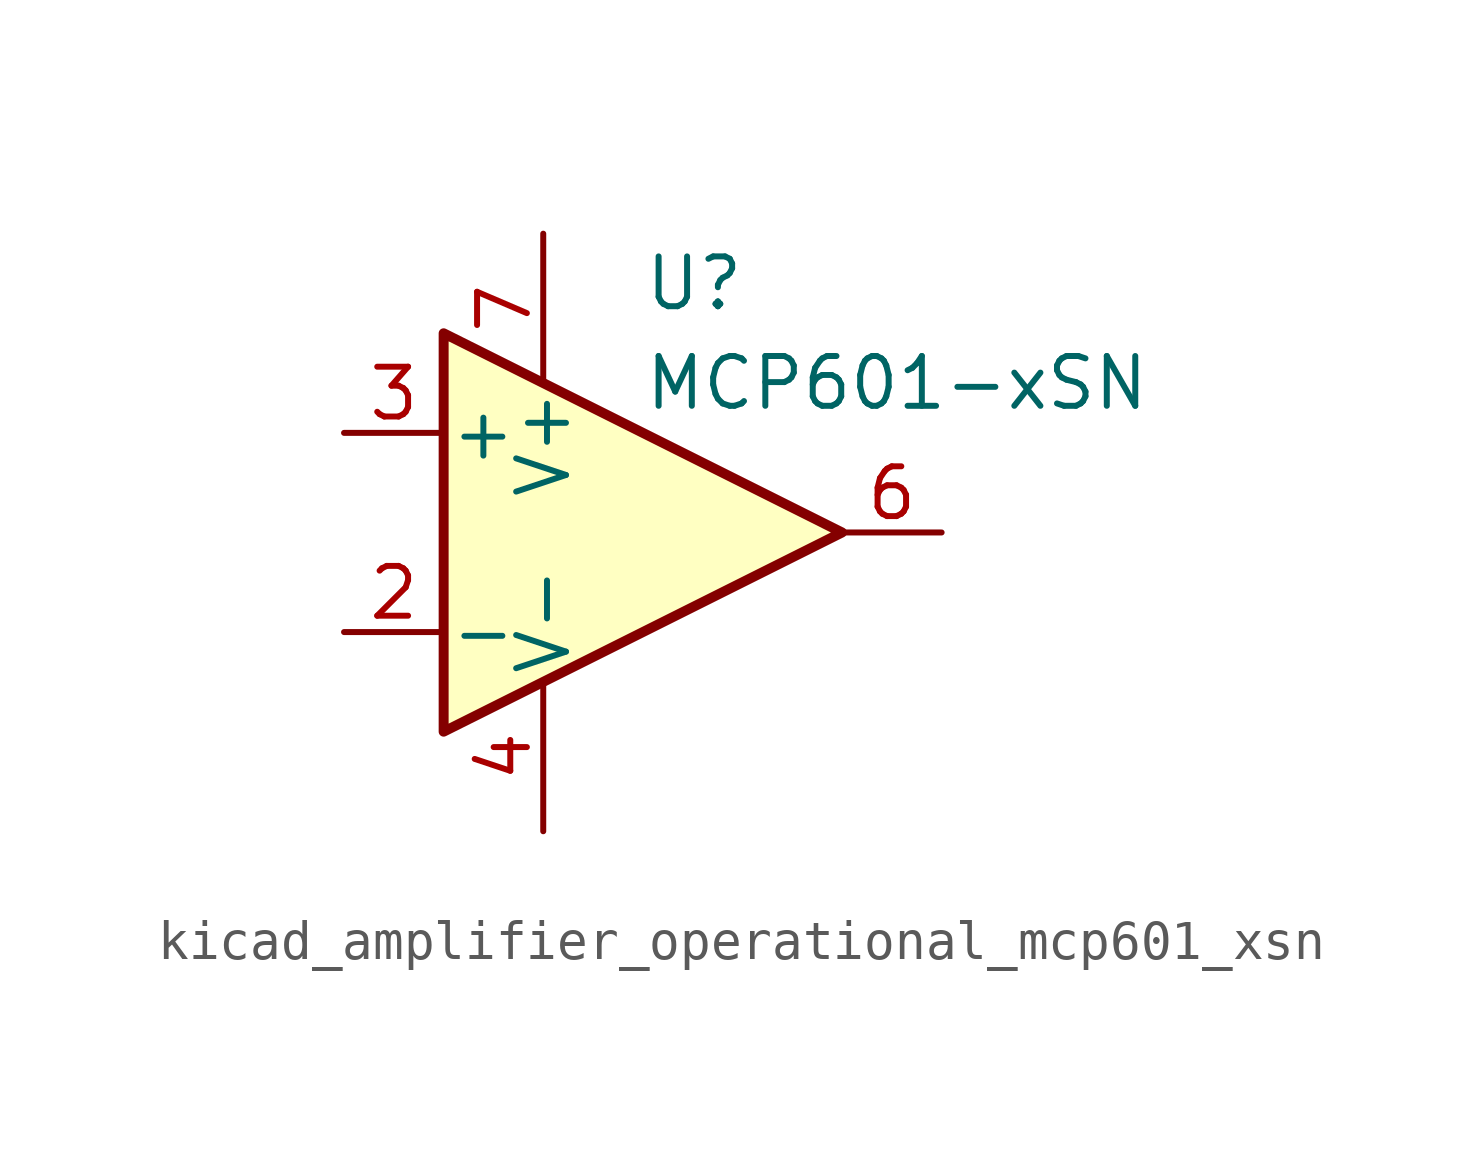
<source format=kicad_sym>
(kicad_symbol_lib
  (version 20220914)
  (generator kicad_symbol_editor)
  (symbol "kicad_amplifier_operational_mcp601_xsn"
    (pin_names
      (offset 0.127))
    (property "Reference" "U"
      (at 0 6.35 0)
      (effects (font (size 1.27 1.27)) (justify left)))
    (property "Value" "MCP601-xSN"
      (at 0 3.81 0)
      (effects (font (size 1.27 1.27)) (justify left)))
    (symbol "kicad_amplifier_operational_mcp601_xsn_0_1"
      (polyline (pts (xy -5.08 5.08) (xy 5.08 0) (xy -5.08 -5.08) (xy -5.08 5.08)) (stroke (width 0.254) (type default)) (fill (type background))))
    (symbol "kicad_amplifier_operational_mcp601_xsn_1_1"
      (pin no_connect line (at -2.54 2.54 270) (length 2.54) hide (name "NC" (effects (font (size 1.27 1.27)))) (number "1" (effects (font (size 1.27 1.27)))))
      (pin input line (at -7.62 -2.54 0) (length 2.54) (name "-" (effects (font (size 1.27 1.27)))) (number "2" (effects (font (size 1.27 1.27)))))
      (pin input line (at -7.62 2.54 0) (length 2.54) (name "+" (effects (font (size 1.27 1.27)))) (number "3" (effects (font (size 1.27 1.27)))))
      (pin power_in line (at -2.54 -7.62 90) (length 3.81) (name "V-" (effects (font (size 1.27 1.27)))) (number "4" (effects (font (size 1.27 1.27)))))
      (pin no_connect line (at 0 2.54 270) (length 2.54) hide (name "NC" (effects (font (size 1.27 1.27)))) (number "5" (effects (font (size 1.27 1.27)))))
      (pin output line (at 7.62 0 180) (length 2.54) (name "~" (effects (font (size 1.27 1.27)))) (number "6" (effects (font (size 1.27 1.27)))))
      (pin power_in line (at -2.54 7.62 270) (length 3.81) (name "V+" (effects (font (size 1.27 1.27)))) (number "7" (effects (font (size 1.27 1.27)))))
      (pin no_connect line (at 0 -2.54 90) (length 2.54) hide (name "NC" (effects (font (size 1.27 1.27)))) (number "8" (effects (font (size 1.27 1.27))))))))
</source>
